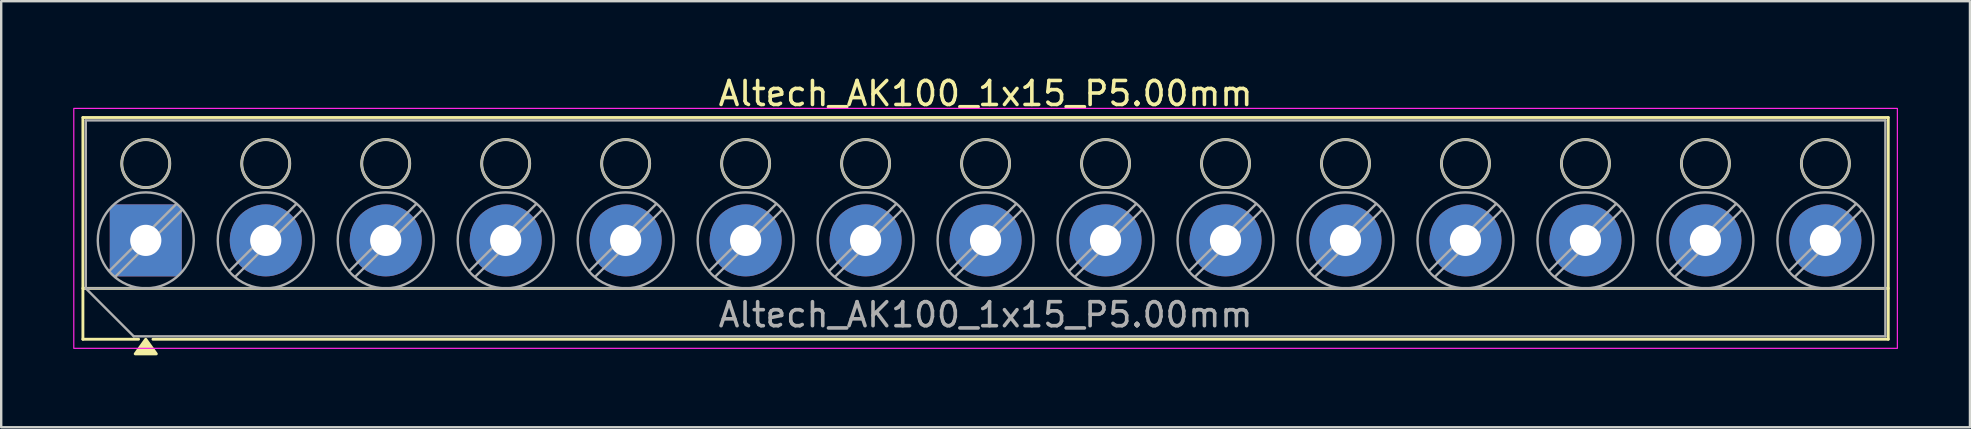
<source format=kicad_pcb>
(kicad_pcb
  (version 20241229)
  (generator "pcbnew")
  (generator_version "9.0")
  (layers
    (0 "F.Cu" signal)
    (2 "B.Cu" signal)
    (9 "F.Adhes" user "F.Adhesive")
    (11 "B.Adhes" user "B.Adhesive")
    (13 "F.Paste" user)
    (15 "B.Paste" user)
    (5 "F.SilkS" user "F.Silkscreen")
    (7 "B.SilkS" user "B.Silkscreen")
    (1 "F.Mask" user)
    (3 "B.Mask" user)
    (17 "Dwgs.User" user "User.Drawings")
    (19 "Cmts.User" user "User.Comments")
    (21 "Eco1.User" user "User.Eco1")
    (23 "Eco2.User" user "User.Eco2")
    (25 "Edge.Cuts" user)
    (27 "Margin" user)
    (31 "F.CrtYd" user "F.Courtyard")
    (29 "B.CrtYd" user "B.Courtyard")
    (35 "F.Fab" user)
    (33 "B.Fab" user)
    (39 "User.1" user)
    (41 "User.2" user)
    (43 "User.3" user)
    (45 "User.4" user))
  (footprint "Altech_AK100_1x15_P5.00mm"
    (layer "F.Cu")
    (at 3.025 6.968)
    (property "Reference" "Altech_AK100_1x15_P5.00mm" (at 35 -6.12 0) (layer "F.SilkS") (effects (font (size 1 1) (thickness 0.15))))
    (attr through_hole)
    (fp_line (start -2.62 -5.12) (end 72.62 -5.12) (stroke (width 0.12) (type solid)) (layer "F.SilkS"))
    (fp_line (start -2.62 2) (end 72.62 2) (stroke (width 0.12) (type solid)) (layer "F.SilkS"))
    (fp_line (start -2.62 4.12) (end -2.62 -5.12) (stroke (width 0.12) (type solid)) (layer "F.SilkS"))
    (fp_line (start -0.3 4.12) (end -2.62 4.12) (stroke (width 0.12) (type solid)) (layer "F.SilkS"))
    (fp_line (start 72.62 -5.12) (end 72.62 4.12) (stroke (width 0.12) (type solid)) (layer "F.SilkS"))
    (fp_line (start 72.62 4.12) (end 0.3 4.12) (stroke (width 0.12) (type solid)) (layer "F.SilkS"))
    (fp_circle (center 0 -3.2) (end 1 -3.2) (stroke (width 0.12) (type solid)) (fill no) (layer "F.SilkS"))
    (fp_circle (center 5 -3.2) (end 6 -3.2) (stroke (width 0.12) (type solid)) (fill no) (layer "F.SilkS"))
    (fp_circle (center 10 -3.2) (end 11 -3.2) (stroke (width 0.12) (type solid)) (fill no) (layer "F.SilkS"))
    (fp_circle (center 15 -3.2) (end 16 -3.2) (stroke (width 0.12) (type solid)) (fill no) (layer "F.SilkS"))
    (fp_circle (center 20 -3.2) (end 21 -3.2) (stroke (width 0.12) (type solid)) (fill no) (layer "F.SilkS"))
    (fp_circle (center 25 -3.2) (end 26 -3.2) (stroke (width 0.12) (type solid)) (fill no) (layer "F.SilkS"))
    (fp_circle (center 30 -3.2) (end 31 -3.2) (stroke (width 0.12) (type solid)) (fill no) (layer "F.SilkS"))
    (fp_circle (center 35 -3.2) (end 36 -3.2) (stroke (width 0.12) (type solid)) (fill no) (layer "F.SilkS"))
    (fp_circle (center 40 -3.2) (end 41 -3.2) (stroke (width 0.12) (type solid)) (fill no) (layer "F.SilkS"))
    (fp_circle (center 45 -3.2) (end 46 -3.2) (stroke (width 0.12) (type solid)) (fill no) (layer "F.SilkS"))
    (fp_circle (center 50 -3.2) (end 51 -3.2) (stroke (width 0.12) (type solid)) (fill no) (layer "F.SilkS"))
    (fp_circle (center 55 -3.2) (end 56 -3.2) (stroke (width 0.12) (type solid)) (fill no) (layer "F.SilkS"))
    (fp_circle (center 60 -3.2) (end 61 -3.2) (stroke (width 0.12) (type solid)) (fill no) (layer "F.SilkS"))
    (fp_circle (center 65 -3.2) (end 66 -3.2) (stroke (width 0.12) (type solid)) (fill no) (layer "F.SilkS"))
    (fp_circle (center 70 -3.2) (end 71 -3.2) (stroke (width 0.12) (type solid)) (fill no) (layer "F.SilkS"))
    (fp_poly (pts (xy 0 4.12) (xy 0.44 4.73) (xy -0.44 4.73)) (stroke (width 0.12) (type solid)) (fill yes) (layer "F.SilkS"))
    (fp_rect (start -3 -5.5) (end 73 4.5) (stroke (width 0.05) (type solid)) (fill no) (layer "F.CrtYd"))
    (fp_line (start -2.5 -5) (end 72.5 -5) (stroke (width 0.1) (type solid)) (layer "F.Fab"))
    (fp_line (start -2.5 2) (end -2.5 -5) (stroke (width 0.1) (type solid)) (layer "F.Fab"))
    (fp_line (start -2.5 2) (end 72.5 2) (stroke (width 0.1) (type solid)) (layer "F.Fab"))
    (fp_line (start -0.5 4) (end -2.5 2) (stroke (width 0.1) (type solid)) (layer "F.Fab"))
    (fp_line (start 1.273 -1.517) (end -1.517 1.273) (stroke (width 0.1) (type solid)) (layer "F.Fab"))
    (fp_line (start 1.517 -1.273) (end -1.273 1.517) (stroke (width 0.1) (type solid)) (layer "F.Fab"))
    (fp_line (start 6.273 -1.517) (end 3.483 1.273) (stroke (width 0.1) (type solid)) (layer "F.Fab"))
    (fp_line (start 6.517 -1.273) (end 3.727 1.517) (stroke (width 0.1) (type solid)) (layer "F.Fab"))
    (fp_line (start 11.273 -1.517) (end 8.483 1.273) (stroke (width 0.1) (type solid)) (layer "F.Fab"))
    (fp_line (start 11.517 -1.273) (end 8.727 1.517) (stroke (width 0.1) (type solid)) (layer "F.Fab"))
    (fp_line (start 16.273 -1.517) (end 13.483 1.273) (stroke (width 0.1) (type solid)) (layer "F.Fab"))
    (fp_line (start 16.517 -1.273) (end 13.727 1.517) (stroke (width 0.1) (type solid)) (layer "F.Fab"))
    (fp_line (start 21.273 -1.517) (end 18.483 1.273) (stroke (width 0.1) (type solid)) (layer "F.Fab"))
    (fp_line (start 21.517 -1.273) (end 18.727 1.517) (stroke (width 0.1) (type solid)) (layer "F.Fab"))
    (fp_line (start 26.273 -1.517) (end 23.483 1.273) (stroke (width 0.1) (type solid)) (layer "F.Fab"))
    (fp_line (start 26.517 -1.273) (end 23.727 1.517) (stroke (width 0.1) (type solid)) (layer "F.Fab"))
    (fp_line (start 31.273 -1.517) (end 28.483 1.273) (stroke (width 0.1) (type solid)) (layer "F.Fab"))
    (fp_line (start 31.517 -1.273) (end 28.727 1.517) (stroke (width 0.1) (type solid)) (layer "F.Fab"))
    (fp_line (start 36.273 -1.517) (end 33.483 1.273) (stroke (width 0.1) (type solid)) (layer "F.Fab"))
    (fp_line (start 36.517 -1.273) (end 33.727 1.517) (stroke (width 0.1) (type solid)) (layer "F.Fab"))
    (fp_line (start 41.273 -1.517) (end 38.483 1.273) (stroke (width 0.1) (type solid)) (layer "F.Fab"))
    (fp_line (start 41.517 -1.273) (end 38.727 1.517) (stroke (width 0.1) (type solid)) (layer "F.Fab"))
    (fp_line (start 46.273 -1.517) (end 43.483 1.273) (stroke (width 0.1) (type solid)) (layer "F.Fab"))
    (fp_line (start 46.517 -1.273) (end 43.727 1.517) (stroke (width 0.1) (type solid)) (layer "F.Fab"))
    (fp_line (start 51.273 -1.517) (end 48.483 1.273) (stroke (width 0.1) (type solid)) (layer "F.Fab"))
    (fp_line (start 51.517 -1.273) (end 48.727 1.517) (stroke (width 0.1) (type solid)) (layer "F.Fab"))
    (fp_line (start 56.273 -1.517) (end 53.483 1.273) (stroke (width 0.1) (type solid)) (layer "F.Fab"))
    (fp_line (start 56.517 -1.273) (end 53.727 1.517) (stroke (width 0.1) (type solid)) (layer "F.Fab"))
    (fp_line (start 61.273 -1.517) (end 58.483 1.273) (stroke (width 0.1) (type solid)) (layer "F.Fab"))
    (fp_line (start 61.517 -1.273) (end 58.727 1.517) (stroke (width 0.1) (type solid)) (layer "F.Fab"))
    (fp_line (start 66.273 -1.517) (end 63.483 1.273) (stroke (width 0.1) (type solid)) (layer "F.Fab"))
    (fp_line (start 66.517 -1.273) (end 63.727 1.517) (stroke (width 0.1) (type solid)) (layer "F.Fab"))
    (fp_line (start 71.273 -1.517) (end 68.483 1.273) (stroke (width 0.1) (type solid)) (layer "F.Fab"))
    (fp_line (start 71.517 -1.273) (end 68.727 1.517) (stroke (width 0.1) (type solid)) (layer "F.Fab"))
    (fp_line (start 72.5 -5) (end 72.5 4) (stroke (width 0.1) (type solid)) (layer "F.Fab"))
    (fp_line (start 72.5 4) (end -0.5 4) (stroke (width 0.1) (type solid)) (layer "F.Fab"))
    (fp_circle (center 0 -3.2) (end 1 -3.2) (stroke (width 0.1) (type solid)) (fill no) (layer "F.Fab"))
    (fp_circle (center 0 0) (end 2 0) (stroke (width 0.1) (type solid)) (fill no) (layer "F.Fab"))
    (fp_circle (center 5 -3.2) (end 6 -3.2) (stroke (width 0.1) (type solid)) (fill no) (layer "F.Fab"))
    (fp_circle (center 5 0) (end 7 0) (stroke (width 0.1) (type solid)) (fill no) (layer "F.Fab"))
    (fp_circle (center 10 -3.2) (end 11 -3.2) (stroke (width 0.1) (type solid)) (fill no) (layer "F.Fab"))
    (fp_circle (center 10 0) (end 12 0) (stroke (width 0.1) (type solid)) (fill no) (layer "F.Fab"))
    (fp_circle (center 15 -3.2) (end 16 -3.2) (stroke (width 0.1) (type solid)) (fill no) (layer "F.Fab"))
    (fp_circle (center 15 0) (end 17 0) (stroke (width 0.1) (type solid)) (fill no) (layer "F.Fab"))
    (fp_circle (center 20 -3.2) (end 21 -3.2) (stroke (width 0.1) (type solid)) (fill no) (layer "F.Fab"))
    (fp_circle (center 20 0) (end 22 0) (stroke (width 0.1) (type solid)) (fill no) (layer "F.Fab"))
    (fp_circle (center 25 -3.2) (end 26 -3.2) (stroke (width 0.1) (type solid)) (fill no) (layer "F.Fab"))
    (fp_circle (center 25 0) (end 27 0) (stroke (width 0.1) (type solid)) (fill no) (layer "F.Fab"))
    (fp_circle (center 30 -3.2) (end 31 -3.2) (stroke (width 0.1) (type solid)) (fill no) (layer "F.Fab"))
    (fp_circle (center 30 0) (end 32 0) (stroke (width 0.1) (type solid)) (fill no) (layer "F.Fab"))
    (fp_circle (center 35 -3.2) (end 36 -3.2) (stroke (width 0.1) (type solid)) (fill no) (layer "F.Fab"))
    (fp_circle (center 35 0) (end 37 0) (stroke (width 0.1) (type solid)) (fill no) (layer "F.Fab"))
    (fp_circle (center 40 -3.2) (end 41 -3.2) (stroke (width 0.1) (type solid)) (fill no) (layer "F.Fab"))
    (fp_circle (center 40 0) (end 42 0) (stroke (width 0.1) (type solid)) (fill no) (layer "F.Fab"))
    (fp_circle (center 45 -3.2) (end 46 -3.2) (stroke (width 0.1) (type solid)) (fill no) (layer "F.Fab"))
    (fp_circle (center 45 0) (end 47 0) (stroke (width 0.1) (type solid)) (fill no) (layer "F.Fab"))
    (fp_circle (center 50 -3.2) (end 51 -3.2) (stroke (width 0.1) (type solid)) (fill no) (layer "F.Fab"))
    (fp_circle (center 50 0) (end 52 0) (stroke (width 0.1) (type solid)) (fill no) (layer "F.Fab"))
    (fp_circle (center 55 -3.2) (end 56 -3.2) (stroke (width 0.1) (type solid)) (fill no) (layer "F.Fab"))
    (fp_circle (center 55 0) (end 57 0) (stroke (width 0.1) (type solid)) (fill no) (layer "F.Fab"))
    (fp_circle (center 60 -3.2) (end 61 -3.2) (stroke (width 0.1) (type solid)) (fill no) (layer "F.Fab"))
    (fp_circle (center 60 0) (end 62 0) (stroke (width 0.1) (type solid)) (fill no) (layer "F.Fab"))
    (fp_circle (center 65 -3.2) (end 66 -3.2) (stroke (width 0.1) (type solid)) (fill no) (layer "F.Fab"))
    (fp_circle (center 65 0) (end 67 0) (stroke (width 0.1) (type solid)) (fill no) (layer "F.Fab"))
    (fp_circle (center 70 -3.2) (end 71 -3.2) (stroke (width 0.1) (type solid)) (fill no) (layer "F.Fab"))
    (fp_circle (center 70 0) (end 72 0) (stroke (width 0.1) (type solid)) (fill no) (layer "F.Fab"))
    (fp_text user "${REFERENCE}" (at 35 3.1 0) (layer "F.Fab") (effects (font (size 1 1) (thickness 0.15))))
    (pad "1" thru_hole roundrect (at 0 0) (size 3 3) (drill 1.3) (layers "*.Cu" "*.Mask") (roundrect_rratio 0.083))
    (pad "2" thru_hole circle (at 5 0) (size 3 3) (drill 1.3) (layers "*.Cu" "*.Mask"))
    (pad "3" thru_hole circle (at 10 0) (size 3 3) (drill 1.3) (layers "*.Cu" "*.Mask"))
    (pad "4" thru_hole circle (at 15 0) (size 3 3) (drill 1.3) (layers "*.Cu" "*.Mask"))
    (pad "5" thru_hole circle (at 20 0) (size 3 3) (drill 1.3) (layers "*.Cu" "*.Mask"))
    (pad "6" thru_hole circle (at 25 0) (size 3 3) (drill 1.3) (layers "*.Cu" "*.Mask"))
    (pad "7" thru_hole circle (at 30 0) (size 3 3) (drill 1.3) (layers "*.Cu" "*.Mask"))
    (pad "8" thru_hole circle (at 35 0) (size 3 3) (drill 1.3) (layers "*.Cu" "*.Mask"))
    (pad "9" thru_hole circle (at 40 0) (size 3 3) (drill 1.3) (layers "*.Cu" "*.Mask"))
    (pad "10" thru_hole circle (at 45 0) (size 3 3) (drill 1.3) (layers "*.Cu" "*.Mask"))
    (pad "11" thru_hole circle (at 50 0) (size 3 3) (drill 1.3) (layers "*.Cu" "*.Mask"))
    (pad "12" thru_hole circle (at 55 0) (size 3 3) (drill 1.3) (layers "*.Cu" "*.Mask"))
    (pad "13" thru_hole circle (at 60 0) (size 3 3) (drill 1.3) (layers "*.Cu" "*.Mask"))
    (pad "14" thru_hole circle (at 65 0) (size 3 3) (drill 1.3) (layers "*.Cu" "*.Mask"))
    (pad "15" thru_hole circle (at 70 0) (size 3 3) (drill 1.3) (layers "*.Cu" "*.Mask")))
  (gr_rect
    (start -3 -3)
    (end 79.05 14.758)
    (stroke (width 0.1) (type default))
    (fill no)
    (layer "Edge.Cuts")))
</source>
